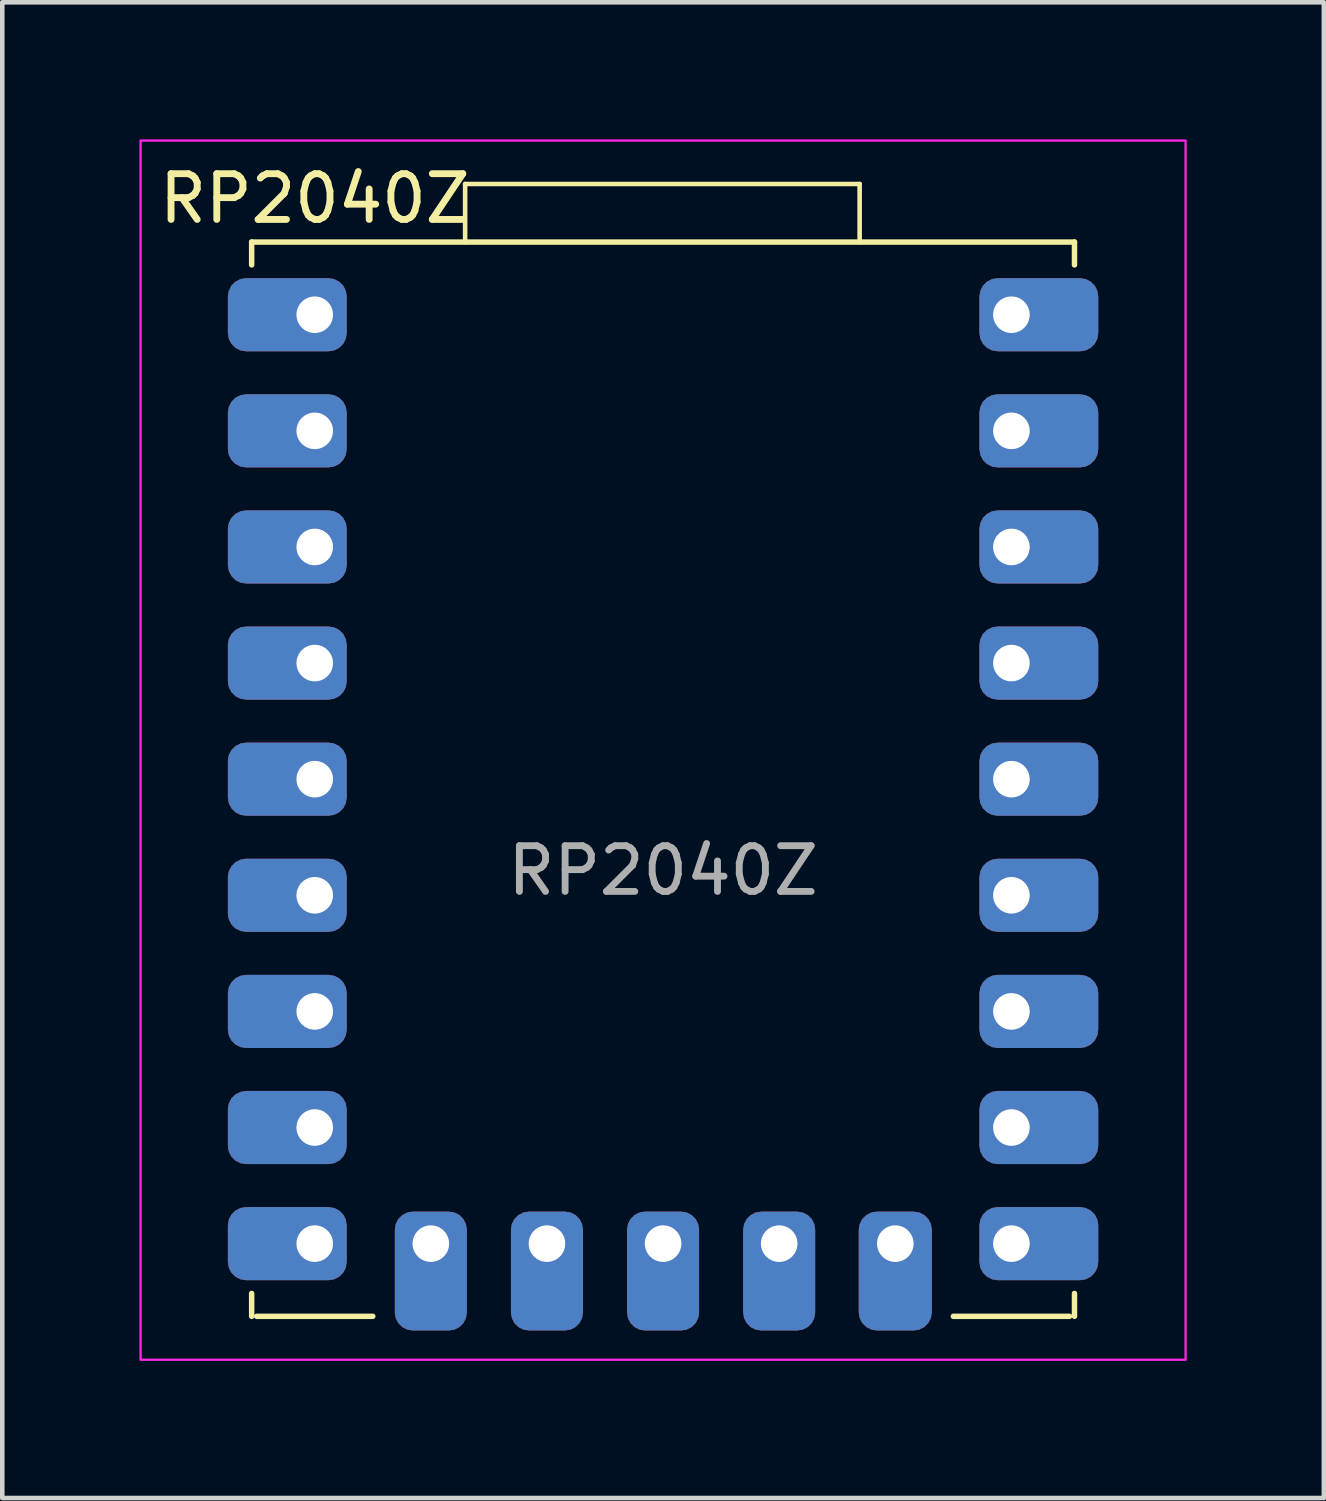
<source format=kicad_pcb>
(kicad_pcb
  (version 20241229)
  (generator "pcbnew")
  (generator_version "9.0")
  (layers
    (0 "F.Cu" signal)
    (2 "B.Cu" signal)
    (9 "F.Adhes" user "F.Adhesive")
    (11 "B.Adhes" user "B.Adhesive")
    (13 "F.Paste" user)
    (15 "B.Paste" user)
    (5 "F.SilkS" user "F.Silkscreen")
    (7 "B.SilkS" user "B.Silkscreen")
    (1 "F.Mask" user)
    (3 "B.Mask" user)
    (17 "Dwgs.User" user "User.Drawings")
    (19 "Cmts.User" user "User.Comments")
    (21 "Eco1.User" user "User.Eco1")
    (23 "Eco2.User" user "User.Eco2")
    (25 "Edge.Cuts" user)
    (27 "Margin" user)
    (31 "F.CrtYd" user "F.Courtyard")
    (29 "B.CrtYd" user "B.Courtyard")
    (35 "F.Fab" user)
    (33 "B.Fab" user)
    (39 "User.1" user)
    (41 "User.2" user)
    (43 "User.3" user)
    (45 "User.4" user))
  (footprint "RP2040Z"
    (layer "F.Cu")
    (at 11.455 13.995)
    (property "Reference" "RP2040Z" (at -7.62 -12.7 0) (unlocked yes) (layer "F.SilkS") (effects (font (size 1 1) (thickness 0.15))))
    (attr through_hole)
    (fp_line (start -9 -11.75) (end 9 -11.75) (stroke (width 0.12) (type default)) (layer "F.SilkS"))
    (fp_line (start -9 -11.25) (end -9 -11.75) (stroke (width 0.12) (type default)) (layer "F.SilkS"))
    (fp_line (start -9 11.75) (end -9 11.25) (stroke (width 0.12) (type default)) (layer "F.SilkS"))
    (fp_line (start -8.89 11.75) (end -6.35 11.75) (stroke (width 0.12) (type default)) (layer "F.SilkS"))
    (fp_line (start -4.33 -13.02) (end -4.33 -11.75) (stroke (width 0.1) (type solid)) (layer "F.SilkS"))
    (fp_line (start -4.33 -13.02) (end 4.3 -13.02) (stroke (width 0.1) (type solid)) (layer "F.SilkS"))
    (fp_line (start 4.3 -13.02) (end 4.3 -11.75) (stroke (width 0.1) (type solid)) (layer "F.SilkS"))
    (fp_line (start 8.89 11.75) (end 6.35 11.75) (stroke (width 0.12) (type default)) (layer "F.SilkS"))
    (fp_line (start 9 -11.75) (end 9 -11.25) (stroke (width 0.12) (type default)) (layer "F.SilkS"))
    (fp_line (start 9 11.75) (end 9 11.25) (stroke (width 0.12) (type default)) (layer "F.SilkS"))
    (fp_rect (start -11.43 -13.97) (end 11.43 12.7) (stroke (width 0.05) (type default)) (fill no) (layer "F.CrtYd"))
    (fp_text user "${REFERENCE}" (at 0 2 0) (unlocked yes) (layer "F.Fab") (effects (font (size 1 1) (thickness 0.15))))
    (pad "1" thru_hole roundrect (at -7.62 -10.16) (size 2.6 1.6) (drill 0.8 (offset -0.6 0)) (layers "*.Cu" "*.Mask") (roundrect_rratio 0.25))
    (pad "2" thru_hole roundrect (at -7.62 -7.62) (size 2.6 1.6) (drill 0.8 (offset -0.6 0)) (layers "*.Cu" "*.Mask") (roundrect_rratio 0.25))
    (pad "3" thru_hole roundrect (at -7.62 -5.08) (size 2.6 1.6) (drill 0.8 (offset -0.6 0)) (layers "*.Cu" "*.Mask") (roundrect_rratio 0.25))
    (pad "4" thru_hole roundrect (at -7.62 -2.54) (size 2.6 1.6) (drill 0.8 (offset -0.6 0)) (layers "*.Cu" "*.Mask") (roundrect_rratio 0.25))
    (pad "5" thru_hole roundrect (at -7.62 0) (size 2.6 1.6) (drill 0.8 (offset -0.6 0)) (layers "*.Cu" "*.Mask") (roundrect_rratio 0.25))
    (pad "6" thru_hole roundrect (at -7.62 2.54) (size 2.6 1.6) (drill 0.8 (offset -0.6 0)) (layers "*.Cu" "*.Mask") (roundrect_rratio 0.25))
    (pad "7" thru_hole roundrect (at -7.62 5.08) (size 2.6 1.6) (drill 0.8 (offset -0.6 0)) (layers "*.Cu" "*.Mask") (roundrect_rratio 0.25))
    (pad "8" thru_hole roundrect (at -7.62 7.62) (size 2.6 1.6) (drill 0.8 (offset -0.6 0)) (layers "*.Cu" "*.Mask") (roundrect_rratio 0.25))
    (pad "9" thru_hole roundrect (at -7.62 10.16) (size 2.6 1.6) (drill 0.8 (offset -0.6 0)) (layers "*.Cu" "*.Mask") (roundrect_rratio 0.25))
    (pad "10" thru_hole roundrect (at -5.08 10.16) (size 1.575 2.6) (drill 0.8 (offset 0 0.6)) (layers "*.Cu" "*.Mask") (roundrect_rratio 0.25))
    (pad "11" thru_hole roundrect (at -2.54 10.16) (size 1.575 2.6) (drill 0.8 (offset 0 0.6)) (layers "*.Cu" "*.Mask") (roundrect_rratio 0.25))
    (pad "12" thru_hole roundrect (at 0 10.16) (size 1.575 2.6) (drill 0.8 (offset 0 0.6)) (layers "*.Cu" "*.Mask") (roundrect_rratio 0.25))
    (pad "13" thru_hole roundrect (at 2.54 10.16) (size 1.575 2.6) (drill 0.8 (offset 0 0.6)) (layers "*.Cu" "*.Mask") (roundrect_rratio 0.25))
    (pad "14" thru_hole roundrect (at 5.08 10.16) (size 1.6 2.6) (drill 0.8 (offset 0 0.6)) (layers "*.Cu" "*.Mask") (roundrect_rratio 0.25))
    (pad "15" thru_hole roundrect (at 7.62 10.16) (size 2.6 1.6) (drill 0.8 (offset 0.6 0)) (layers "*.Cu" "*.Mask") (roundrect_rratio 0.25))
    (pad "16" thru_hole roundrect (at 7.62 7.62) (size 2.6 1.6) (drill 0.8 (offset 0.6 0)) (layers "*.Cu" "*.Mask") (roundrect_rratio 0.25))
    (pad "17" thru_hole roundrect (at 7.62 5.08) (size 2.6 1.6) (drill 0.8 (offset 0.6 0)) (layers "*.Cu" "*.Mask") (roundrect_rratio 0.25))
    (pad "18" thru_hole roundrect (at 7.62 2.54) (size 2.6 1.6) (drill 0.8 (offset 0.6 0)) (layers "*.Cu" "*.Mask") (roundrect_rratio 0.25))
    (pad "19" thru_hole roundrect (at 7.62 0) (size 2.6 1.6) (drill 0.8 (offset 0.6 0)) (layers "*.Cu" "*.Mask") (roundrect_rratio 0.25))
    (pad "20" thru_hole roundrect (at 7.62 -2.54) (size 2.6 1.6) (drill 0.8 (offset 0.6 0)) (layers "*.Cu" "*.Mask") (roundrect_rratio 0.25))
    (pad "21" thru_hole roundrect (at 7.62 -5.08) (size 2.6 1.6) (drill 0.8 (offset 0.6 0)) (layers "*.Cu" "*.Mask") (roundrect_rratio 0.25))
    (pad "22" thru_hole roundrect (at 7.62 -7.62) (size 2.6 1.6) (drill 0.8 (offset 0.6 0)) (layers "*.Cu" "*.Mask") (roundrect_rratio 0.25))
    (pad "23" thru_hole roundrect (at 7.62 -10.16) (size 2.6 1.6) (drill 0.8 (offset 0.6 0)) (layers "*.Cu" "*.Mask") (roundrect_rratio 0.25)))
  (gr_rect
    (start -3 -3)
    (end 25.91 29.72)
    (stroke (width 0.1) (type default))
    (fill no)
    (layer "Edge.Cuts")))
</source>
